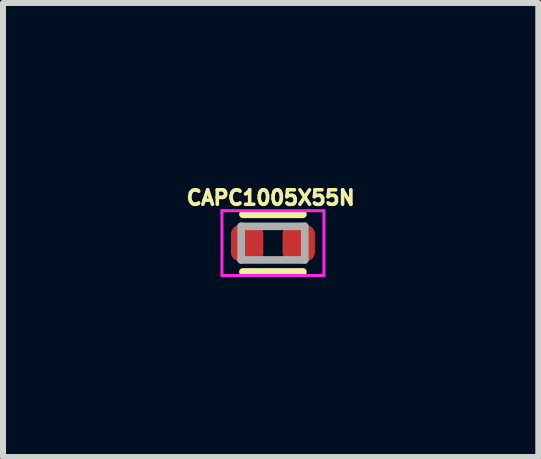
<source format=kicad_pcb>
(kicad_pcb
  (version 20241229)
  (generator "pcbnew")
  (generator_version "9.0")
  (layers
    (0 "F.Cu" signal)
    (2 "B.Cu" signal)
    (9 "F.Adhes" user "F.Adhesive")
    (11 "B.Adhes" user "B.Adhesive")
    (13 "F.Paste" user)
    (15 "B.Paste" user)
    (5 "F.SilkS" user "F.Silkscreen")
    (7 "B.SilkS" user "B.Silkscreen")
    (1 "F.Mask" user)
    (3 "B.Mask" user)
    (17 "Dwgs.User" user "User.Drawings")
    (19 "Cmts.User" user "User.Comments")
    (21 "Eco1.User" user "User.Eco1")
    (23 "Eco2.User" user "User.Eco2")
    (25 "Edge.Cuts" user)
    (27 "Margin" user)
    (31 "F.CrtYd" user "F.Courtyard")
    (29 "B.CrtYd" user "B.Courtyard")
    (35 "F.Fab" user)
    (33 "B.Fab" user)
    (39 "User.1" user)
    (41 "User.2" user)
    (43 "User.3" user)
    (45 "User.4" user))
  (footprint "CAPC1005X55N"
    (layer "F.Cu")
    (at 1.499 1.002)
    (property "Reference" "CAPC1005X55N" (at -0.038 -0.756 0) (layer "F.SilkS") (effects (font (size 0.241 0.241) (thickness 0.15))))
    (attr smd)
    (fp_line (start -0.5 0.48) (end 0.5 0.48) (stroke (width 0.127) (type solid)) (layer "F.SilkS"))
    (fp_line (start 0.5 -0.48) (end -0.5 -0.48) (stroke (width 0.127) (type solid)) (layer "F.SilkS"))
    (fp_line (start -0.85 -0.54) (end -0.85 0.54) (stroke (width 0.05) (type solid)) (layer "F.CrtYd"))
    (fp_line (start -0.85 0.54) (end 0.85 0.54) (stroke (width 0.05) (type solid)) (layer "F.CrtYd"))
    (fp_line (start 0.85 -0.54) (end -0.85 -0.54) (stroke (width 0.05) (type solid)) (layer "F.CrtYd"))
    (fp_line (start 0.85 0.54) (end 0.85 -0.54) (stroke (width 0.05) (type solid)) (layer "F.CrtYd"))
    (fp_line (start -0.53 -0.28) (end -0.53 0.28) (stroke (width 0.127) (type solid)) (layer "F.Fab"))
    (fp_line (start -0.53 0.28) (end 0.53 0.28) (stroke (width 0.127) (type solid)) (layer "F.Fab"))
    (fp_line (start 0.53 -0.28) (end -0.53 -0.28) (stroke (width 0.127) (type solid)) (layer "F.Fab"))
    (fp_line (start 0.53 0.28) (end 0.53 -0.28) (stroke (width 0.127) (type solid)) (layer "F.Fab"))
    (pad "1" smd roundrect (at -0.43 0) (size 0.54 0.6) (layers "F.Cu" "F.Mask" "F.Paste") (roundrect_rratio 0.265))
    (pad "2" smd roundrect (at 0.43 0) (size 0.54 0.6) (layers "F.Cu" "F.Mask" "F.Paste") (roundrect_rratio 0.265)))
  (gr_rect
    (start -3 -3)
    (end 5.922 4.567)
    (stroke (width 0.1) (type default))
    (fill no)
    (layer "Edge.Cuts")))
</source>
